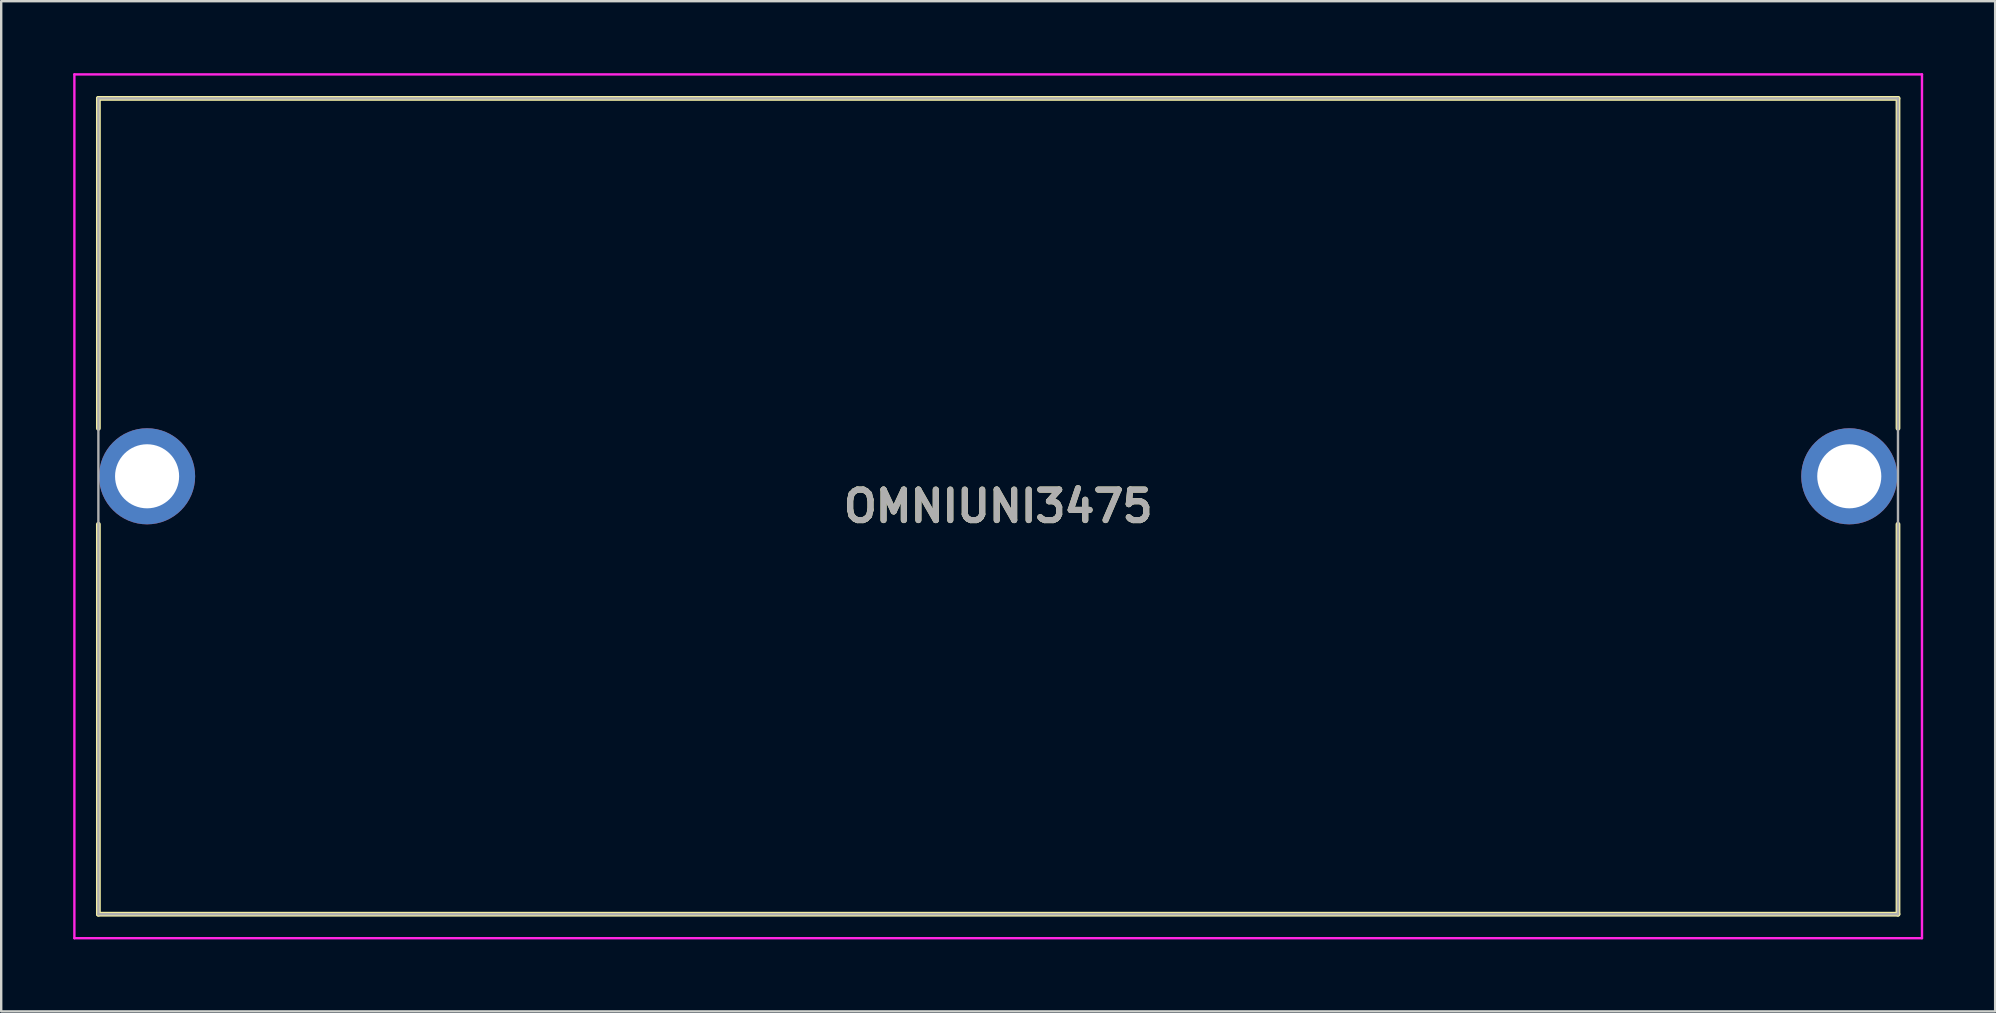
<source format=kicad_pcb>
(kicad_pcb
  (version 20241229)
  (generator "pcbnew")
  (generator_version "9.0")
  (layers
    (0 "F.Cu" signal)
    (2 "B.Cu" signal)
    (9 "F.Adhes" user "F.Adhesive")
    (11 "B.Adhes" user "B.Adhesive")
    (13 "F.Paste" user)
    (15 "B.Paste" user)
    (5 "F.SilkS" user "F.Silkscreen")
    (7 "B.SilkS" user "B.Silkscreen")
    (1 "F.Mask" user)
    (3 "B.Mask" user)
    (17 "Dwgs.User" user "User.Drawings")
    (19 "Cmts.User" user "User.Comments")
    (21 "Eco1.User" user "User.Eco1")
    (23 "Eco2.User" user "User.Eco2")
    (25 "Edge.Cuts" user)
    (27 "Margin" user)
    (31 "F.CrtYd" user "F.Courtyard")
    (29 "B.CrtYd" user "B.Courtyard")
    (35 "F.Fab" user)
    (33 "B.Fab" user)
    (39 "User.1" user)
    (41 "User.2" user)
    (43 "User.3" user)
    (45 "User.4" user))
  (footprint "OMNIUNI3475"
    (layer "F.Cu")
    (at 3.08 16.8)
    (property "Reference" "OMNIUNI3475" (at 35.47 1.25 0) (layer "F.SilkS") (effects (font (size 1.27 1.27) (thickness 0.254))))
    (attr through_hole)
    (fp_line (start -2.03 -15.75) (end 72.97 -15.75) (stroke (width 0.2) (type solid)) (layer "F.SilkS"))
    (fp_line (start -2.03 -2) (end -2.03 -15.75) (stroke (width 0.2) (type solid)) (layer "F.SilkS"))
    (fp_line (start -2.03 18.25) (end -2.03 2) (stroke (width 0.2) (type solid)) (layer "F.SilkS"))
    (fp_line (start 72.97 -15.75) (end 72.97 -2) (stroke (width 0.2) (type solid)) (layer "F.SilkS"))
    (fp_line (start 72.97 2) (end 72.97 18.25) (stroke (width 0.2) (type solid)) (layer "F.SilkS"))
    (fp_line (start 72.97 18.25) (end -2.03 18.25) (stroke (width 0.2) (type solid)) (layer "F.SilkS"))
    (fp_line (start -3.03 -16.75) (end 73.97 -16.75) (stroke (width 0.1) (type solid)) (layer "F.CrtYd"))
    (fp_line (start -3.03 19.25) (end -3.03 -16.75) (stroke (width 0.1) (type solid)) (layer "F.CrtYd"))
    (fp_line (start 73.97 -16.75) (end 73.97 19.25) (stroke (width 0.1) (type solid)) (layer "F.CrtYd"))
    (fp_line (start 73.97 19.25) (end -3.03 19.25) (stroke (width 0.1) (type solid)) (layer "F.CrtYd"))
    (fp_line (start -2.03 -15.75) (end 72.97 -15.75) (stroke (width 0.1) (type solid)) (layer "F.Fab"))
    (fp_line (start -2.03 18.25) (end -2.03 -15.75) (stroke (width 0.1) (type solid)) (layer "F.Fab"))
    (fp_line (start 72.97 -15.75) (end 72.97 18.25) (stroke (width 0.1) (type solid)) (layer "F.Fab"))
    (fp_line (start 72.97 18.25) (end -2.03 18.25) (stroke (width 0.1) (type solid)) (layer "F.Fab"))
    (fp_text user "${REFERENCE}" (at 35.47 1.25 0) (layer "F.Fab") (effects (font (size 1.27 1.27) (thickness 0.254))))
    (pad "1" thru_hole circle (at 0 0) (size 4.005 4.005) (drill 2.67) (layers "*.Cu" "*.Mask"))
    (pad "2" thru_hole circle (at 70.94 0) (size 4.005 4.005) (drill 2.67) (layers "*.Cu" "*.Mask")))
  (gr_rect
    (start -3 -3)
    (end 80.1 39.1)
    (stroke (width 0.1) (type default))
    (fill no)
    (layer "Edge.Cuts")))
</source>
